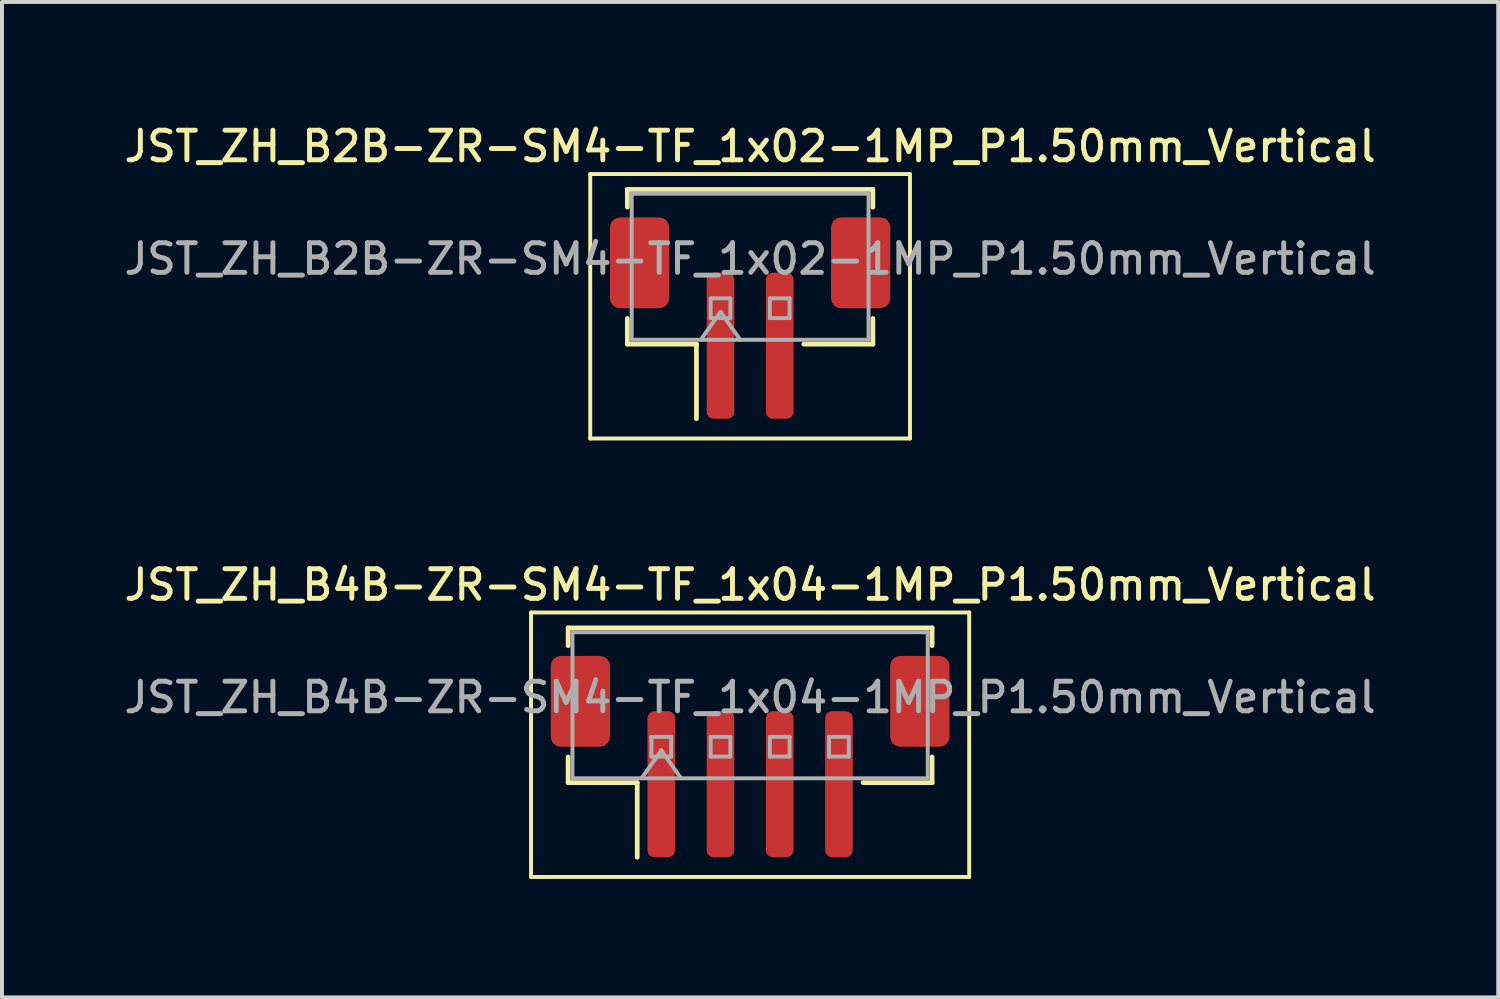
<source format=kicad_pcb>
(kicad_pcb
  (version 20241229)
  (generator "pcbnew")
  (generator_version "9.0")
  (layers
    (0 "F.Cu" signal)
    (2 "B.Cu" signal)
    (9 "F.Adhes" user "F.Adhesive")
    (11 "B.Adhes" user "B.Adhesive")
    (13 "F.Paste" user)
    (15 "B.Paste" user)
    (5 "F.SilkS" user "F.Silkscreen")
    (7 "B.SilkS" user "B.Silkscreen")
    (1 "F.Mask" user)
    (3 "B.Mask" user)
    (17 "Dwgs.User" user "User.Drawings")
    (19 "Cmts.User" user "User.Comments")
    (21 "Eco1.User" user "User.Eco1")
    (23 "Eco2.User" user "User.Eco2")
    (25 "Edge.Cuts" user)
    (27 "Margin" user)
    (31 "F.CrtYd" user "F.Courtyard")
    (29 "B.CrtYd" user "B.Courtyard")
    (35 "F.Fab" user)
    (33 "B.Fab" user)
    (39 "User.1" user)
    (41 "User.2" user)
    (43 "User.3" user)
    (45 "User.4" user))
  (footprint "JST_ZH_B2B-ZR-SM4-TF_1x02-1MP_P1.50mm_Vertical"
    (layer "F.Cu")
    (at 15.952 5.008)
    (property "Reference" "JST_ZH_B2B-ZR-SM4-TF_1x02-1MP_P1.50mm_Vertical" (at 0 -4.35 0) (layer "F.SilkS") (effects (font (size 0.75 0.75) (thickness 0.125))))
    (attr smd)
    (fp_line (start -4.05 -3.65) (end -4.05 3.05) (stroke (width 0.1) (type solid)) (layer "F.SilkS"))
    (fp_line (start -4.05 3.05) (end 4.05 3.05) (stroke (width 0.1) (type solid)) (layer "F.SilkS"))
    (fp_line (start -3.11 -3.26) (end 3.11 -3.26) (stroke (width 0.12) (type solid)) (layer "F.SilkS"))
    (fp_line (start -3.11 -2.81) (end -3.11 -3.26) (stroke (width 0.12) (type solid)) (layer "F.SilkS"))
    (fp_line (start -3.11 0.01) (end -3.11 0.66) (stroke (width 0.12) (type solid)) (layer "F.SilkS"))
    (fp_line (start -3.11 0.66) (end -1.36 0.66) (stroke (width 0.12) (type solid)) (layer "F.SilkS"))
    (fp_line (start -1.36 0.66) (end -1.36 2.55) (stroke (width 0.12) (type solid)) (layer "F.SilkS"))
    (fp_line (start 3.11 -3.26) (end 3.11 -2.81) (stroke (width 0.12) (type solid)) (layer "F.SilkS"))
    (fp_line (start 3.11 0.01) (end 3.11 0.66) (stroke (width 0.12) (type solid)) (layer "F.SilkS"))
    (fp_line (start 3.11 0.66) (end 1.36 0.66) (stroke (width 0.12) (type solid)) (layer "F.SilkS"))
    (fp_line (start 4.05 -3.65) (end -4.05 -3.65) (stroke (width 0.1) (type solid)) (layer "F.SilkS"))
    (fp_line (start 4.05 3.05) (end 4.05 -3.65) (stroke (width 0.1) (type solid)) (layer "F.SilkS"))
    (fp_line (start -3 -3.15) (end 3 -3.15) (stroke (width 0.1) (type solid)) (layer "F.Fab"))
    (fp_line (start -3 0.55) (end -3 -3.15) (stroke (width 0.1) (type solid)) (layer "F.Fab"))
    (fp_line (start -3 0.55) (end 3 0.55) (stroke (width 0.1) (type solid)) (layer "F.Fab"))
    (fp_line (start -1.25 0.55) (end -0.75 -0.157) (stroke (width 0.1) (type solid)) (layer "F.Fab"))
    (fp_line (start -1 -0.5) (end -1 0) (stroke (width 0.1) (type solid)) (layer "F.Fab"))
    (fp_line (start -1 0) (end -0.5 0) (stroke (width 0.1) (type solid)) (layer "F.Fab"))
    (fp_line (start -0.75 -0.157) (end -0.25 0.55) (stroke (width 0.1) (type solid)) (layer "F.Fab"))
    (fp_line (start -0.5 -0.5) (end -1 -0.5) (stroke (width 0.1) (type solid)) (layer "F.Fab"))
    (fp_line (start -0.5 0) (end -0.5 -0.5) (stroke (width 0.1) (type solid)) (layer "F.Fab"))
    (fp_line (start 0.5 -0.5) (end 0.5 0) (stroke (width 0.1) (type solid)) (layer "F.Fab"))
    (fp_line (start 0.5 0) (end 1 0) (stroke (width 0.1) (type solid)) (layer "F.Fab"))
    (fp_line (start 1 -0.5) (end 0.5 -0.5) (stroke (width 0.1) (type solid)) (layer "F.Fab"))
    (fp_line (start 1 0) (end 1 -0.5) (stroke (width 0.1) (type solid)) (layer "F.Fab"))
    (fp_line (start 3 0.55) (end 3 -3.15) (stroke (width 0.1) (type solid)) (layer "F.Fab"))
    (fp_text user "${REFERENCE}" (at 0 -1.5 0) (layer "F.Fab") (effects (font (size 0.75 0.75) (thickness 0.125))))
    (pad "1" smd roundrect (at -0.75 0.7) (size 0.7 3.7) (layers "F.Cu" "F.Mask" "F.Paste") (roundrect_rratio 0.25))
    (pad "2" smd roundrect (at 0.75 0.7) (size 0.7 3.7) (layers "F.Cu" "F.Mask" "F.Paste") (roundrect_rratio 0.25))
    (pad "MP" smd roundrect (at -2.8 -1.4) (size 1.5 2.3) (layers "F.Cu" "F.Mask" "F.Paste") (roundrect_rratio 0.167))
    (pad "MP" smd roundrect (at 2.8 -1.4) (size 1.5 2.3) (layers "F.Cu" "F.Mask" "F.Paste") (roundrect_rratio 0.167)))
  (footprint "JST_ZH_B4B-ZR-SM4-TF_1x04-1MP_P1.50mm_Vertical"
    (layer "F.Cu")
    (at 15.952 16.116)
    (property "Reference" "JST_ZH_B4B-ZR-SM4-TF_1x04-1MP_P1.50mm_Vertical" (at 0 -4.35 0) (layer "F.SilkS") (effects (font (size 0.75 0.75) (thickness 0.125))))
    (attr smd)
    (fp_line (start -5.55 -3.65) (end -5.55 3.05) (stroke (width 0.1) (type solid)) (layer "F.SilkS"))
    (fp_line (start -5.55 3.05) (end 5.55 3.05) (stroke (width 0.1) (type solid)) (layer "F.SilkS"))
    (fp_line (start -4.61 -3.26) (end 4.61 -3.26) (stroke (width 0.12) (type solid)) (layer "F.SilkS"))
    (fp_line (start -4.61 -2.81) (end -4.61 -3.26) (stroke (width 0.12) (type solid)) (layer "F.SilkS"))
    (fp_line (start -4.61 0.01) (end -4.61 0.66) (stroke (width 0.12) (type solid)) (layer "F.SilkS"))
    (fp_line (start -4.61 0.66) (end -2.86 0.66) (stroke (width 0.12) (type solid)) (layer "F.SilkS"))
    (fp_line (start -2.86 0.66) (end -2.86 2.55) (stroke (width 0.12) (type solid)) (layer "F.SilkS"))
    (fp_line (start 4.61 -3.26) (end 4.61 -2.81) (stroke (width 0.12) (type solid)) (layer "F.SilkS"))
    (fp_line (start 4.61 0.01) (end 4.61 0.66) (stroke (width 0.12) (type solid)) (layer "F.SilkS"))
    (fp_line (start 4.61 0.66) (end 2.86 0.66) (stroke (width 0.12) (type solid)) (layer "F.SilkS"))
    (fp_line (start 5.55 -3.65) (end -5.55 -3.65) (stroke (width 0.1) (type solid)) (layer "F.SilkS"))
    (fp_line (start 5.55 3.05) (end 5.55 -3.65) (stroke (width 0.1) (type solid)) (layer "F.SilkS"))
    (fp_line (start -4.5 -3.15) (end 4.5 -3.15) (stroke (width 0.1) (type solid)) (layer "F.Fab"))
    (fp_line (start -4.5 0.55) (end -4.5 -3.15) (stroke (width 0.1) (type solid)) (layer "F.Fab"))
    (fp_line (start -4.5 0.55) (end 4.5 0.55) (stroke (width 0.1) (type solid)) (layer "F.Fab"))
    (fp_line (start -2.75 0.55) (end -2.25 -0.157) (stroke (width 0.1) (type solid)) (layer "F.Fab"))
    (fp_line (start -2.5 -0.5) (end -2.5 0) (stroke (width 0.1) (type solid)) (layer "F.Fab"))
    (fp_line (start -2.5 0) (end -2 0) (stroke (width 0.1) (type solid)) (layer "F.Fab"))
    (fp_line (start -2.25 -0.157) (end -1.75 0.55) (stroke (width 0.1) (type solid)) (layer "F.Fab"))
    (fp_line (start -2 -0.5) (end -2.5 -0.5) (stroke (width 0.1) (type solid)) (layer "F.Fab"))
    (fp_line (start -2 0) (end -2 -0.5) (stroke (width 0.1) (type solid)) (layer "F.Fab"))
    (fp_line (start -1 -0.5) (end -1 0) (stroke (width 0.1) (type solid)) (layer "F.Fab"))
    (fp_line (start -1 0) (end -0.5 0) (stroke (width 0.1) (type solid)) (layer "F.Fab"))
    (fp_line (start -0.5 -0.5) (end -1 -0.5) (stroke (width 0.1) (type solid)) (layer "F.Fab"))
    (fp_line (start -0.5 0) (end -0.5 -0.5) (stroke (width 0.1) (type solid)) (layer "F.Fab"))
    (fp_line (start 0.5 -0.5) (end 0.5 0) (stroke (width 0.1) (type solid)) (layer "F.Fab"))
    (fp_line (start 0.5 0) (end 1 0) (stroke (width 0.1) (type solid)) (layer "F.Fab"))
    (fp_line (start 1 -0.5) (end 0.5 -0.5) (stroke (width 0.1) (type solid)) (layer "F.Fab"))
    (fp_line (start 1 0) (end 1 -0.5) (stroke (width 0.1) (type solid)) (layer "F.Fab"))
    (fp_line (start 2 -0.5) (end 2 0) (stroke (width 0.1) (type solid)) (layer "F.Fab"))
    (fp_line (start 2 0) (end 2.5 0) (stroke (width 0.1) (type solid)) (layer "F.Fab"))
    (fp_line (start 2.5 -0.5) (end 2 -0.5) (stroke (width 0.1) (type solid)) (layer "F.Fab"))
    (fp_line (start 2.5 0) (end 2.5 -0.5) (stroke (width 0.1) (type solid)) (layer "F.Fab"))
    (fp_line (start 4.5 0.55) (end 4.5 -3.15) (stroke (width 0.1) (type solid)) (layer "F.Fab"))
    (fp_text user "${REFERENCE}" (at 0 -1.5 0) (layer "F.Fab") (effects (font (size 0.75 0.75) (thickness 0.125))))
    (pad "1" smd roundrect (at -2.25 0.7) (size 0.7 3.7) (layers "F.Cu" "F.Mask" "F.Paste") (roundrect_rratio 0.25))
    (pad "2" smd roundrect (at -0.75 0.7) (size 0.7 3.7) (layers "F.Cu" "F.Mask" "F.Paste") (roundrect_rratio 0.25))
    (pad "3" smd roundrect (at 0.75 0.7) (size 0.7 3.7) (layers "F.Cu" "F.Mask" "F.Paste") (roundrect_rratio 0.25))
    (pad "4" smd roundrect (at 2.25 0.7) (size 0.7 3.7) (layers "F.Cu" "F.Mask" "F.Paste") (roundrect_rratio 0.25))
    (pad "MP" smd roundrect (at -4.3 -1.4) (size 1.5 2.3) (layers "F.Cu" "F.Mask" "F.Paste") (roundrect_rratio 0.167))
    (pad "MP" smd roundrect (at 4.3 -1.4) (size 1.5 2.3) (layers "F.Cu" "F.Mask" "F.Paste") (roundrect_rratio 0.167)))
  (gr_rect
    (start -3 -3)
    (end 34.904 22.216)
    (stroke (width 0.1) (type default))
    (fill no)
    (layer "Edge.Cuts")))
</source>
